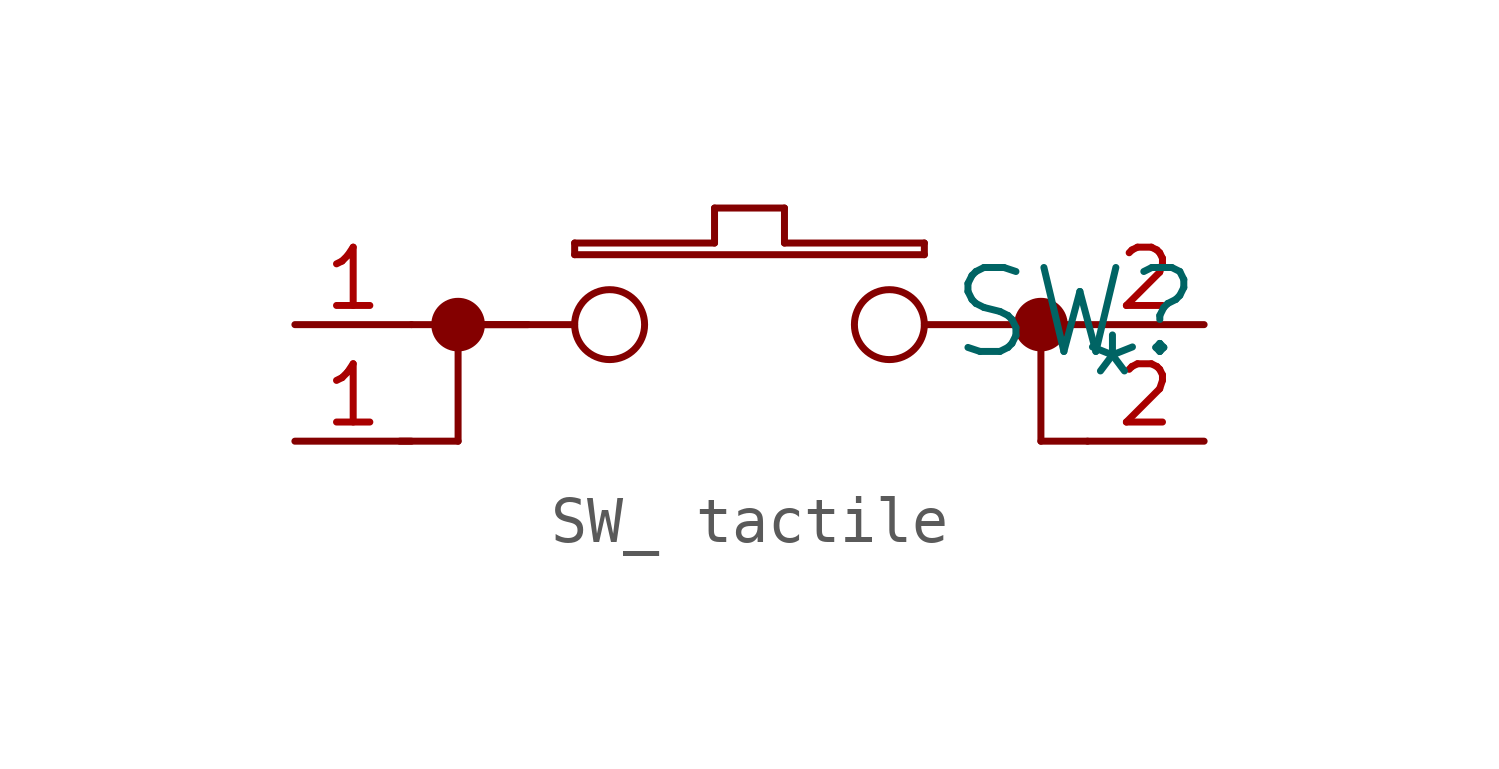
<source format=kicad_sym>
(kicad_symbol_lib
  (version 20241209)
  (generator "kicad_symbol_editor")
  (generator_version "9.0")
  (symbol "SW_ tactile"
    (pin_names
      (hide yes))
    (property "Reference" "SW"
      (at 16.002 -2.286 0)
      (effects (font (size 1.829 1.829))))
    (property "Value" "*"
      (at 16.002 -4.826 0)
      (effects (font (size 1.829 1.829)) (justify left bottom)))
    (symbol "SW_ tactile_1_0"
      (polyline (pts (xy 1.27 -5.08) (xy 2.54 -5.08)) (stroke (width 0) (type solid)) (fill (type none)))
      (polyline (pts (xy 1.524 -2.54) (xy 4.064 -2.54)) (stroke (width 0) (type solid)) (fill (type none)))
      (polyline (pts (xy 2.54 -2.54) (xy 2.54 -5.08)) (stroke (width 0) (type solid)) (fill (type none)))
      (circle (center 2.54 -2.54) (radius 0.508) (stroke (width 0) (type solid)) (fill (type outline)))
      (polyline (pts (xy 5.08 -0.762) (xy 5.08 -1.016)) (stroke (width 0) (type solid)) (fill (type none)))
      (polyline (pts (xy 5.08 -1.016) (xy 12.7 -1.016)) (stroke (width 0) (type solid)) (fill (type none)))
      (polyline (pts (xy 5.08 -2.54) (xy 2.54 -2.54)) (stroke (width 0) (type solid)) (fill (type none)))
      (circle (center 5.842 -2.54) (radius 0.762) (stroke (width 0) (type solid)) (fill (type none)))
      (polyline (pts (xy 8.128 0) (xy 8.128 -0.762)) (stroke (width 0) (type solid)) (fill (type none)))
      (polyline (pts (xy 8.128 -0.762) (xy 5.08 -0.762)) (stroke (width 0) (type solid)) (fill (type none)))
      (polyline (pts (xy 9.652 0) (xy 8.128 0)) (stroke (width 0) (type solid)) (fill (type none)))
      (polyline (pts (xy 9.652 -0.762) (xy 9.652 0)) (stroke (width 0) (type solid)) (fill (type none)))
      (circle (center 11.938 -2.54) (radius 0.762) (stroke (width 0) (type solid)) (fill (type none)))
      (polyline (pts (xy 12.7 -0.762) (xy 9.652 -0.762)) (stroke (width 0) (type solid)) (fill (type none)))
      (polyline (pts (xy 12.7 -1.016) (xy 12.7 -0.762)) (stroke (width 0) (type solid)) (fill (type none)))
      (polyline (pts (xy 12.7 -2.54) (xy 15.24 -2.54)) (stroke (width 0) (type solid)) (fill (type none)))
      (polyline (pts (xy 14.986 -2.54) (xy 16.256 -2.54)) (stroke (width 0) (type solid)) (fill (type none)))
      (polyline (pts (xy 15.24 -2.54) (xy 15.24 -5.08)) (stroke (width 0) (type solid)) (fill (type none)))
      (circle (center 15.24 -2.54) (radius 0.508) (stroke (width 0) (type solid)) (fill (type outline)))
      (polyline (pts (xy 15.24 -5.08) (xy 16.256 -5.08)) (stroke (width 0) (type solid)) (fill (type none)))
      (pin passive line (at -1.016 -2.54 0) (length 2.54) (name "1" (effects (font (size 1.27 1.27)))) (number "1" (effects (font (size 1.27 1.27)))))
      (pin passive line (at -1.016 -5.08 0) (length 2.54) (name "1" (effects (font (size 1.27 1.27)))) (number "1" (effects (font (size 1.27 1.27)))))
      (pin passive line (at 18.796 -2.54 180) (length 2.54) (name "2" (effects (font (size 1.27 1.27)))) (number "2" (effects (font (size 1.27 1.27)))))
      (pin passive line (at 18.796 -5.08 180) (length 2.54) (name "2" (effects (font (size 1.27 1.27)))) (number "2" (effects (font (size 1.27 1.27))))))))
</source>
